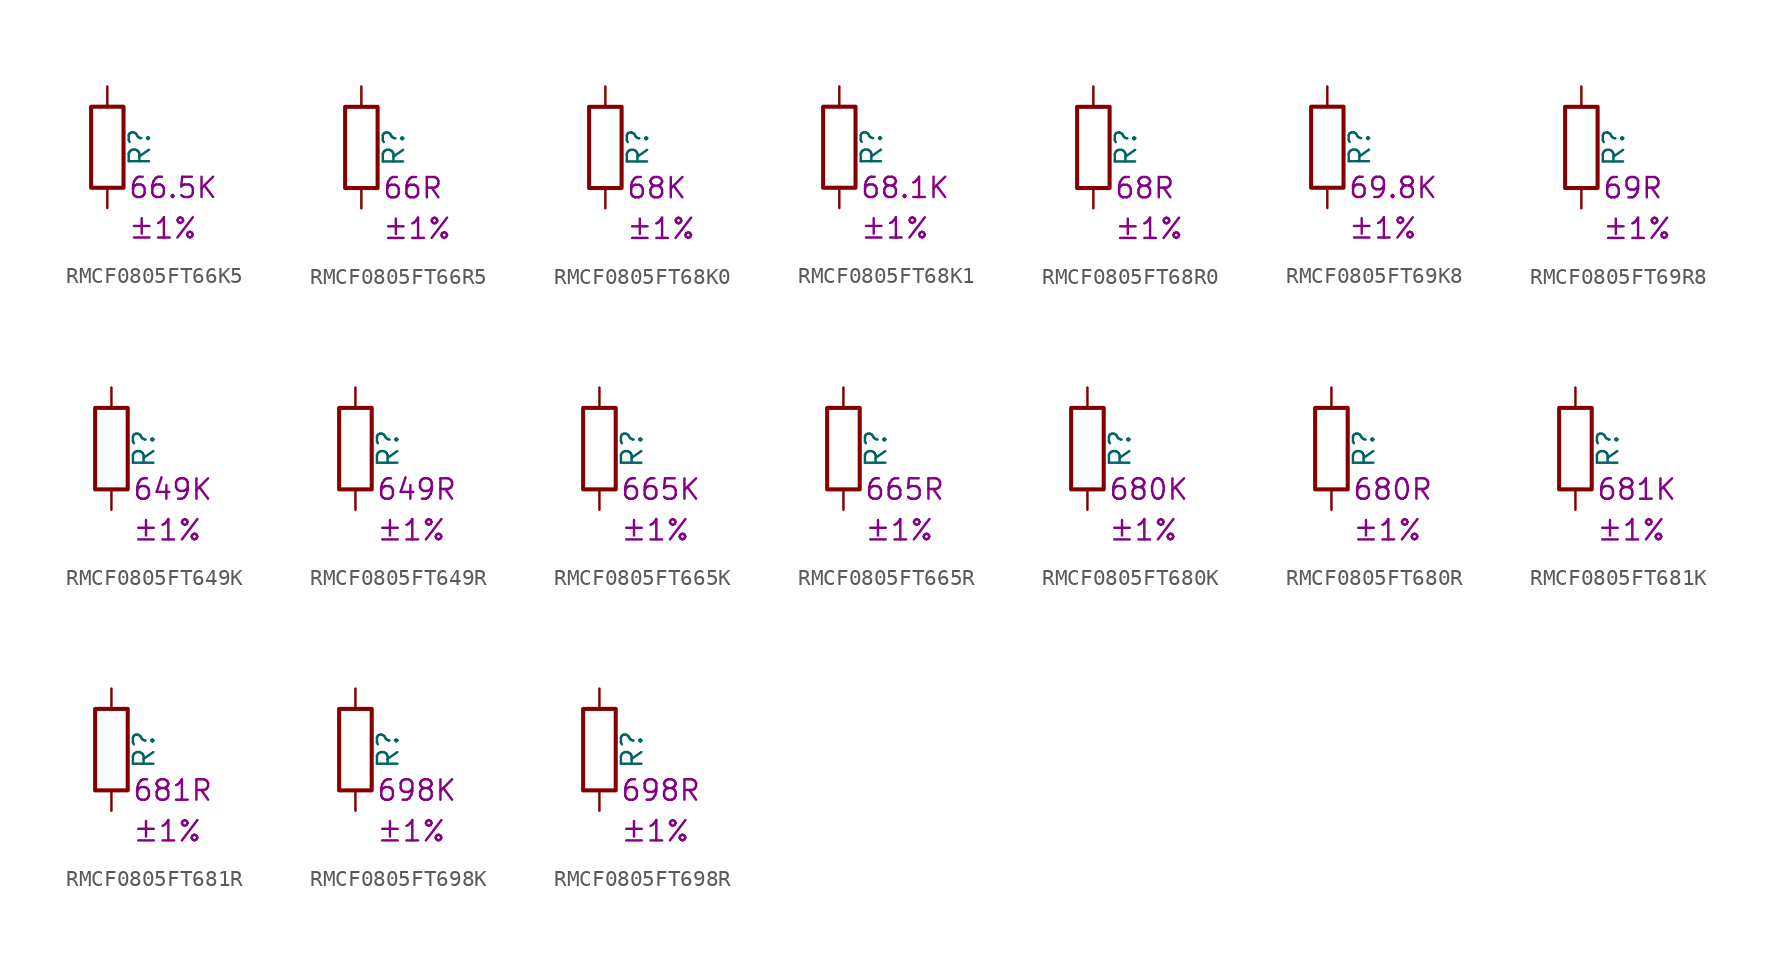
<source format=kicad_sym>
(kicad_symbol_lib
  (version 20220914)
  (generator kicad_symbol_editor)
  (symbol "RMCF0805FT66K5"
    (pin_numbers hide)
    (pin_names
      (offset 0))
    (property "Reference" "R"
      (at 2.032 0 90)
      (effects (font (size 1.27 1.27))))
    (property "Resistance" "66.5K"
      (at 1.27 -2.54 0)
      (effects (font (size 1.27 1.27)) (justify left)))
    (property "Tolerance" "±1%"
      (at 1.27 -5.08 0)
      (effects (font (size 1.27 1.27)) (justify left)))
    (symbol "RMCF0805FT66K5_0_1"
      (rectangle (start -1.016 -2.54) (end 1.016 2.54) (stroke (width 0.254) (type default)) (fill (type none))))
    (symbol "RMCF0805FT66K5_1_1"
      (pin passive line (at 0 3.81 270) (length 1.27) (name "~" (effects (font (size 1.27 1.27)))) (number "1" (effects (font (size 1.27 1.27)))))
      (pin passive line (at 0 -3.81 90) (length 1.27) (name "~" (effects (font (size 1.27 1.27)))) (number "2" (effects (font (size 1.27 1.27)))))))
  (symbol "RMCF0805FT66R5"
    (pin_numbers hide)
    (pin_names
      (offset 0))
    (property "Reference" "R"
      (at 2.032 0 90)
      (effects (font (size 1.27 1.27))))
    (property "Resistance" "66R"
      (at 1.27 -2.54 0)
      (effects (font (size 1.27 1.27)) (justify left)))
    (property "Tolerance" "±1%"
      (at 1.27 -5.08 0)
      (effects (font (size 1.27 1.27)) (justify left)))
    (symbol "RMCF0805FT66R5_0_1"
      (rectangle (start -1.016 -2.54) (end 1.016 2.54) (stroke (width 0.254) (type default)) (fill (type none))))
    (symbol "RMCF0805FT66R5_1_1"
      (pin passive line (at 0 3.81 270) (length 1.27) (name "~" (effects (font (size 1.27 1.27)))) (number "1" (effects (font (size 1.27 1.27)))))
      (pin passive line (at 0 -3.81 90) (length 1.27) (name "~" (effects (font (size 1.27 1.27)))) (number "2" (effects (font (size 1.27 1.27)))))))
  (symbol "RMCF0805FT68K0"
    (pin_numbers hide)
    (pin_names
      (offset 0))
    (property "Reference" "R"
      (at 2.032 0 90)
      (effects (font (size 1.27 1.27))))
    (property "Resistance" "68K"
      (at 1.27 -2.54 0)
      (effects (font (size 1.27 1.27)) (justify left)))
    (property "Tolerance" "±1%"
      (at 1.27 -5.08 0)
      (effects (font (size 1.27 1.27)) (justify left)))
    (symbol "RMCF0805FT68K0_0_1"
      (rectangle (start -1.016 -2.54) (end 1.016 2.54) (stroke (width 0.254) (type default)) (fill (type none))))
    (symbol "RMCF0805FT68K0_1_1"
      (pin passive line (at 0 3.81 270) (length 1.27) (name "~" (effects (font (size 1.27 1.27)))) (number "1" (effects (font (size 1.27 1.27)))))
      (pin passive line (at 0 -3.81 90) (length 1.27) (name "~" (effects (font (size 1.27 1.27)))) (number "2" (effects (font (size 1.27 1.27)))))))
  (symbol "RMCF0805FT68K1"
    (pin_numbers hide)
    (pin_names
      (offset 0))
    (property "Reference" "R"
      (at 2.032 0 90)
      (effects (font (size 1.27 1.27))))
    (property "Resistance" "68.1K"
      (at 1.27 -2.54 0)
      (effects (font (size 1.27 1.27)) (justify left)))
    (property "Tolerance" "±1%"
      (at 1.27 -5.08 0)
      (effects (font (size 1.27 1.27)) (justify left)))
    (symbol "RMCF0805FT68K1_0_1"
      (rectangle (start -1.016 -2.54) (end 1.016 2.54) (stroke (width 0.254) (type default)) (fill (type none))))
    (symbol "RMCF0805FT68K1_1_1"
      (pin passive line (at 0 3.81 270) (length 1.27) (name "~" (effects (font (size 1.27 1.27)))) (number "1" (effects (font (size 1.27 1.27)))))
      (pin passive line (at 0 -3.81 90) (length 1.27) (name "~" (effects (font (size 1.27 1.27)))) (number "2" (effects (font (size 1.27 1.27)))))))
  (symbol "RMCF0805FT68R0"
    (pin_numbers hide)
    (pin_names
      (offset 0))
    (property "Reference" "R"
      (at 2.032 0 90)
      (effects (font (size 1.27 1.27))))
    (property "Resistance" "68R"
      (at 1.27 -2.54 0)
      (effects (font (size 1.27 1.27)) (justify left)))
    (property "Tolerance" "±1%"
      (at 1.27 -5.08 0)
      (effects (font (size 1.27 1.27)) (justify left)))
    (symbol "RMCF0805FT68R0_0_1"
      (rectangle (start -1.016 -2.54) (end 1.016 2.54) (stroke (width 0.254) (type default)) (fill (type none))))
    (symbol "RMCF0805FT68R0_1_1"
      (pin passive line (at 0 3.81 270) (length 1.27) (name "~" (effects (font (size 1.27 1.27)))) (number "1" (effects (font (size 1.27 1.27)))))
      (pin passive line (at 0 -3.81 90) (length 1.27) (name "~" (effects (font (size 1.27 1.27)))) (number "2" (effects (font (size 1.27 1.27)))))))
  (symbol "RMCF0805FT69K8"
    (pin_numbers hide)
    (pin_names
      (offset 0))
    (property "Reference" "R"
      (at 2.032 0 90)
      (effects (font (size 1.27 1.27))))
    (property "Resistance" "69.8K"
      (at 1.27 -2.54 0)
      (effects (font (size 1.27 1.27)) (justify left)))
    (property "Tolerance" "±1%"
      (at 1.27 -5.08 0)
      (effects (font (size 1.27 1.27)) (justify left)))
    (symbol "RMCF0805FT69K8_0_1"
      (rectangle (start -1.016 -2.54) (end 1.016 2.54) (stroke (width 0.254) (type default)) (fill (type none))))
    (symbol "RMCF0805FT69K8_1_1"
      (pin passive line (at 0 3.81 270) (length 1.27) (name "~" (effects (font (size 1.27 1.27)))) (number "1" (effects (font (size 1.27 1.27)))))
      (pin passive line (at 0 -3.81 90) (length 1.27) (name "~" (effects (font (size 1.27 1.27)))) (number "2" (effects (font (size 1.27 1.27)))))))
  (symbol "RMCF0805FT69R8"
    (pin_numbers hide)
    (pin_names
      (offset 0))
    (property "Reference" "R"
      (at 2.032 0 90)
      (effects (font (size 1.27 1.27))))
    (property "Resistance" "69R"
      (at 1.27 -2.54 0)
      (effects (font (size 1.27 1.27)) (justify left)))
    (property "Tolerance" "±1%"
      (at 1.27 -5.08 0)
      (effects (font (size 1.27 1.27)) (justify left)))
    (symbol "RMCF0805FT69R8_0_1"
      (rectangle (start -1.016 -2.54) (end 1.016 2.54) (stroke (width 0.254) (type default)) (fill (type none))))
    (symbol "RMCF0805FT69R8_1_1"
      (pin passive line (at 0 3.81 270) (length 1.27) (name "~" (effects (font (size 1.27 1.27)))) (number "1" (effects (font (size 1.27 1.27)))))
      (pin passive line (at 0 -3.81 90) (length 1.27) (name "~" (effects (font (size 1.27 1.27)))) (number "2" (effects (font (size 1.27 1.27)))))))
  (symbol "RMCF0805FT649K"
    (pin_numbers hide)
    (pin_names
      (offset 0))
    (property "Reference" "R"
      (at 2.032 0 90)
      (effects (font (size 1.27 1.27))))
    (property "Resistance" "649K"
      (at 1.27 -2.54 0)
      (effects (font (size 1.27 1.27)) (justify left)))
    (property "Tolerance" "±1%"
      (at 1.27 -5.08 0)
      (effects (font (size 1.27 1.27)) (justify left)))
    (symbol "RMCF0805FT649K_0_1"
      (rectangle (start -1.016 -2.54) (end 1.016 2.54) (stroke (width 0.254) (type default)) (fill (type none))))
    (symbol "RMCF0805FT649K_1_1"
      (pin passive line (at 0 3.81 270) (length 1.27) (name "~" (effects (font (size 1.27 1.27)))) (number "1" (effects (font (size 1.27 1.27)))))
      (pin passive line (at 0 -3.81 90) (length 1.27) (name "~" (effects (font (size 1.27 1.27)))) (number "2" (effects (font (size 1.27 1.27)))))))
  (symbol "RMCF0805FT649R"
    (pin_numbers hide)
    (pin_names
      (offset 0))
    (property "Reference" "R"
      (at 2.032 0 90)
      (effects (font (size 1.27 1.27))))
    (property "Resistance" "649R"
      (at 1.27 -2.54 0)
      (effects (font (size 1.27 1.27)) (justify left)))
    (property "Tolerance" "±1%"
      (at 1.27 -5.08 0)
      (effects (font (size 1.27 1.27)) (justify left)))
    (symbol "RMCF0805FT649R_0_1"
      (rectangle (start -1.016 -2.54) (end 1.016 2.54) (stroke (width 0.254) (type default)) (fill (type none))))
    (symbol "RMCF0805FT649R_1_1"
      (pin passive line (at 0 3.81 270) (length 1.27) (name "~" (effects (font (size 1.27 1.27)))) (number "1" (effects (font (size 1.27 1.27)))))
      (pin passive line (at 0 -3.81 90) (length 1.27) (name "~" (effects (font (size 1.27 1.27)))) (number "2" (effects (font (size 1.27 1.27)))))))
  (symbol "RMCF0805FT665K"
    (pin_numbers hide)
    (pin_names
      (offset 0))
    (property "Reference" "R"
      (at 2.032 0 90)
      (effects (font (size 1.27 1.27))))
    (property "Resistance" "665K"
      (at 1.27 -2.54 0)
      (effects (font (size 1.27 1.27)) (justify left)))
    (property "Tolerance" "±1%"
      (at 1.27 -5.08 0)
      (effects (font (size 1.27 1.27)) (justify left)))
    (symbol "RMCF0805FT665K_0_1"
      (rectangle (start -1.016 -2.54) (end 1.016 2.54) (stroke (width 0.254) (type default)) (fill (type none))))
    (symbol "RMCF0805FT665K_1_1"
      (pin passive line (at 0 3.81 270) (length 1.27) (name "~" (effects (font (size 1.27 1.27)))) (number "1" (effects (font (size 1.27 1.27)))))
      (pin passive line (at 0 -3.81 90) (length 1.27) (name "~" (effects (font (size 1.27 1.27)))) (number "2" (effects (font (size 1.27 1.27)))))))
  (symbol "RMCF0805FT665R"
    (pin_numbers hide)
    (pin_names
      (offset 0))
    (property "Reference" "R"
      (at 2.032 0 90)
      (effects (font (size 1.27 1.27))))
    (property "Resistance" "665R"
      (at 1.27 -2.54 0)
      (effects (font (size 1.27 1.27)) (justify left)))
    (property "Tolerance" "±1%"
      (at 1.27 -5.08 0)
      (effects (font (size 1.27 1.27)) (justify left)))
    (symbol "RMCF0805FT665R_0_1"
      (rectangle (start -1.016 -2.54) (end 1.016 2.54) (stroke (width 0.254) (type default)) (fill (type none))))
    (symbol "RMCF0805FT665R_1_1"
      (pin passive line (at 0 3.81 270) (length 1.27) (name "~" (effects (font (size 1.27 1.27)))) (number "1" (effects (font (size 1.27 1.27)))))
      (pin passive line (at 0 -3.81 90) (length 1.27) (name "~" (effects (font (size 1.27 1.27)))) (number "2" (effects (font (size 1.27 1.27)))))))
  (symbol "RMCF0805FT680K"
    (pin_numbers hide)
    (pin_names
      (offset 0))
    (property "Reference" "R"
      (at 2.032 0 90)
      (effects (font (size 1.27 1.27))))
    (property "Resistance" "680K"
      (at 1.27 -2.54 0)
      (effects (font (size 1.27 1.27)) (justify left)))
    (property "Tolerance" "±1%"
      (at 1.27 -5.08 0)
      (effects (font (size 1.27 1.27)) (justify left)))
    (symbol "RMCF0805FT680K_0_1"
      (rectangle (start -1.016 -2.54) (end 1.016 2.54) (stroke (width 0.254) (type default)) (fill (type none))))
    (symbol "RMCF0805FT680K_1_1"
      (pin passive line (at 0 3.81 270) (length 1.27) (name "~" (effects (font (size 1.27 1.27)))) (number "1" (effects (font (size 1.27 1.27)))))
      (pin passive line (at 0 -3.81 90) (length 1.27) (name "~" (effects (font (size 1.27 1.27)))) (number "2" (effects (font (size 1.27 1.27)))))))
  (symbol "RMCF0805FT680R"
    (pin_numbers hide)
    (pin_names
      (offset 0))
    (property "Reference" "R"
      (at 2.032 0 90)
      (effects (font (size 1.27 1.27))))
    (property "Resistance" "680R"
      (at 1.27 -2.54 0)
      (effects (font (size 1.27 1.27)) (justify left)))
    (property "Tolerance" "±1%"
      (at 1.27 -5.08 0)
      (effects (font (size 1.27 1.27)) (justify left)))
    (symbol "RMCF0805FT680R_0_1"
      (rectangle (start -1.016 -2.54) (end 1.016 2.54) (stroke (width 0.254) (type default)) (fill (type none))))
    (symbol "RMCF0805FT680R_1_1"
      (pin passive line (at 0 3.81 270) (length 1.27) (name "~" (effects (font (size 1.27 1.27)))) (number "1" (effects (font (size 1.27 1.27)))))
      (pin passive line (at 0 -3.81 90) (length 1.27) (name "~" (effects (font (size 1.27 1.27)))) (number "2" (effects (font (size 1.27 1.27)))))))
  (symbol "RMCF0805FT681K"
    (pin_numbers hide)
    (pin_names
      (offset 0))
    (property "Reference" "R"
      (at 2.032 0 90)
      (effects (font (size 1.27 1.27))))
    (property "Resistance" "681K"
      (at 1.27 -2.54 0)
      (effects (font (size 1.27 1.27)) (justify left)))
    (property "Tolerance" "±1%"
      (at 1.27 -5.08 0)
      (effects (font (size 1.27 1.27)) (justify left)))
    (symbol "RMCF0805FT681K_0_1"
      (rectangle (start -1.016 -2.54) (end 1.016 2.54) (stroke (width 0.254) (type default)) (fill (type none))))
    (symbol "RMCF0805FT681K_1_1"
      (pin passive line (at 0 3.81 270) (length 1.27) (name "~" (effects (font (size 1.27 1.27)))) (number "1" (effects (font (size 1.27 1.27)))))
      (pin passive line (at 0 -3.81 90) (length 1.27) (name "~" (effects (font (size 1.27 1.27)))) (number "2" (effects (font (size 1.27 1.27)))))))
  (symbol "RMCF0805FT681R"
    (pin_numbers hide)
    (pin_names
      (offset 0))
    (property "Reference" "R"
      (at 2.032 0 90)
      (effects (font (size 1.27 1.27))))
    (property "Resistance" "681R"
      (at 1.27 -2.54 0)
      (effects (font (size 1.27 1.27)) (justify left)))
    (property "Tolerance" "±1%"
      (at 1.27 -5.08 0)
      (effects (font (size 1.27 1.27)) (justify left)))
    (symbol "RMCF0805FT681R_0_1"
      (rectangle (start -1.016 -2.54) (end 1.016 2.54) (stroke (width 0.254) (type default)) (fill (type none))))
    (symbol "RMCF0805FT681R_1_1"
      (pin passive line (at 0 3.81 270) (length 1.27) (name "~" (effects (font (size 1.27 1.27)))) (number "1" (effects (font (size 1.27 1.27)))))
      (pin passive line (at 0 -3.81 90) (length 1.27) (name "~" (effects (font (size 1.27 1.27)))) (number "2" (effects (font (size 1.27 1.27)))))))
  (symbol "RMCF0805FT698K"
    (pin_numbers hide)
    (pin_names
      (offset 0))
    (property "Reference" "R"
      (at 2.032 0 90)
      (effects (font (size 1.27 1.27))))
    (property "Resistance" "698K"
      (at 1.27 -2.54 0)
      (effects (font (size 1.27 1.27)) (justify left)))
    (property "Tolerance" "±1%"
      (at 1.27 -5.08 0)
      (effects (font (size 1.27 1.27)) (justify left)))
    (symbol "RMCF0805FT698K_0_1"
      (rectangle (start -1.016 -2.54) (end 1.016 2.54) (stroke (width 0.254) (type default)) (fill (type none))))
    (symbol "RMCF0805FT698K_1_1"
      (pin passive line (at 0 3.81 270) (length 1.27) (name "~" (effects (font (size 1.27 1.27)))) (number "1" (effects (font (size 1.27 1.27)))))
      (pin passive line (at 0 -3.81 90) (length 1.27) (name "~" (effects (font (size 1.27 1.27)))) (number "2" (effects (font (size 1.27 1.27)))))))
  (symbol "RMCF0805FT698R"
    (pin_numbers hide)
    (pin_names
      (offset 0))
    (property "Reference" "R"
      (at 2.032 0 90)
      (effects (font (size 1.27 1.27))))
    (property "Resistance" "698R"
      (at 1.27 -2.54 0)
      (effects (font (size 1.27 1.27)) (justify left)))
    (property "Tolerance" "±1%"
      (at 1.27 -5.08 0)
      (effects (font (size 1.27 1.27)) (justify left)))
    (symbol "RMCF0805FT698R_0_1"
      (rectangle (start -1.016 -2.54) (end 1.016 2.54) (stroke (width 0.254) (type default)) (fill (type none))))
    (symbol "RMCF0805FT698R_1_1"
      (pin passive line (at 0 3.81 270) (length 1.27) (name "~" (effects (font (size 1.27 1.27)))) (number "1" (effects (font (size 1.27 1.27)))))
      (pin passive line (at 0 -3.81 90) (length 1.27) (name "~" (effects (font (size 1.27 1.27)))) (number "2" (effects (font (size 1.27 1.27))))))))
</source>
